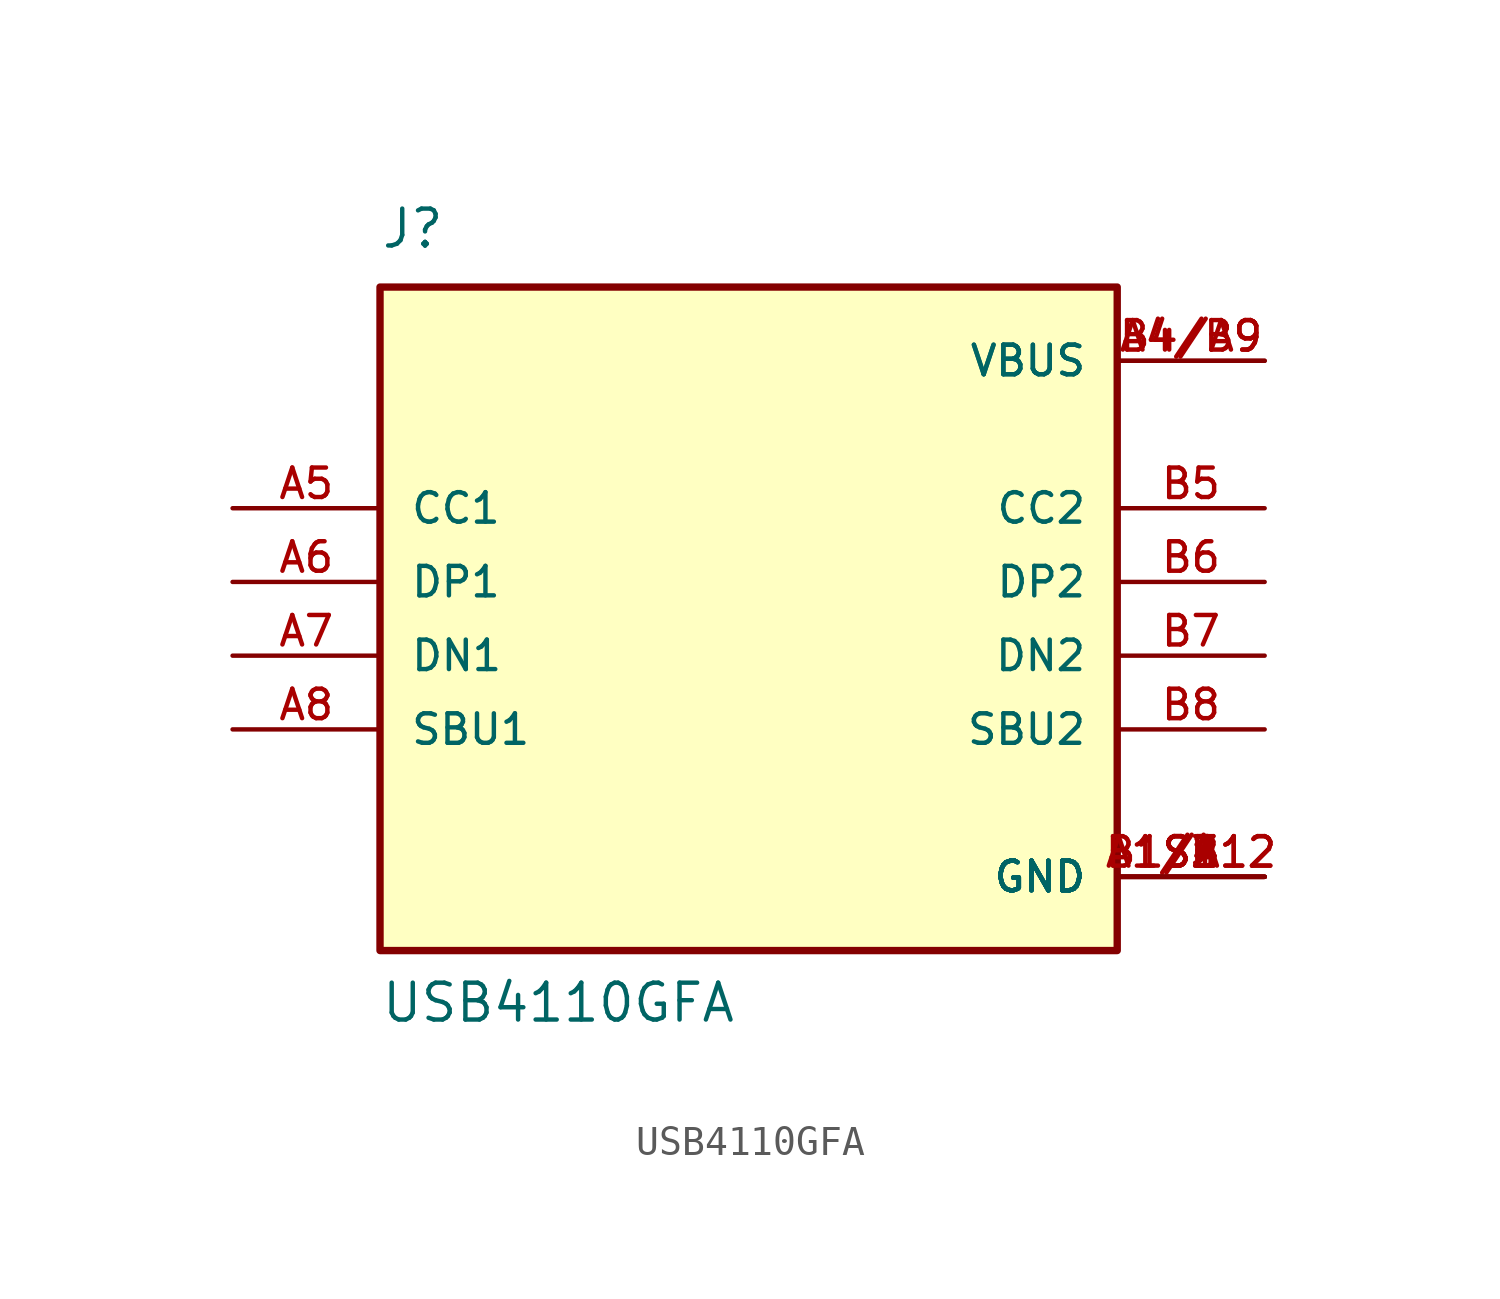
<source format=kicad_sym>
(kicad_symbol_lib
  (version 20211014)
  (generator kicad_symbol_editor)
  (symbol "USB4110GFA"
    (pin_names
      (offset 1.016))
    (property "Reference" "J"
      (at -12.7 11.43 0)
      (effects (font (size 1.27 1.27)) (justify bottom left)))
    (property "Value" "USB4110GFA"
      (at -12.7 -15.24 0)
      (effects (font (size 1.27 1.27)) (justify bottom left)))
    (symbol "USB4110GFA_0_0"
      (rectangle (start -12.7 -12.7) (end 12.7 10.16) (stroke (width 0.254)) (fill (type background)))
      (pin bidirectional line (at -17.78 2.54 0) (length 5.08) (name "CC1" (effects (font (size 1.016 1.016)))) (number "A5" (effects (font (size 1.016 1.016)))))
      (pin bidirectional line (at -17.78 0.0 0) (length 5.08) (name "DP1" (effects (font (size 1.016 1.016)))) (number "A6" (effects (font (size 1.016 1.016)))))
      (pin bidirectional line (at -17.78 -2.54 0) (length 5.08) (name "DN1" (effects (font (size 1.016 1.016)))) (number "A7" (effects (font (size 1.016 1.016)))))
      (pin bidirectional line (at -17.78 -5.08 0) (length 5.08) (name "SBU1" (effects (font (size 1.016 1.016)))) (number "A8" (effects (font (size 1.016 1.016)))))
      (pin power_in line (at 17.78 7.62 180.0) (length 5.08) (name "VBUS" (effects (font (size 1.016 1.016)))) (number "A4/B9" (effects (font (size 1.016 1.016)))))
      (pin power_in line (at 17.78 7.62 180.0) (length 5.08) (name "VBUS" (effects (font (size 1.016 1.016)))) (number "B4/A9" (effects (font (size 1.016 1.016)))))
      (pin bidirectional line (at 17.78 2.54 180.0) (length 5.08) (name "CC2" (effects (font (size 1.016 1.016)))) (number "B5" (effects (font (size 1.016 1.016)))))
      (pin bidirectional line (at 17.78 0.0 180.0) (length 5.08) (name "DP2" (effects (font (size 1.016 1.016)))) (number "B6" (effects (font (size 1.016 1.016)))))
      (pin bidirectional line (at 17.78 -2.54 180.0) (length 5.08) (name "DN2" (effects (font (size 1.016 1.016)))) (number "B7" (effects (font (size 1.016 1.016)))))
      (pin bidirectional line (at 17.78 -5.08 180.0) (length 5.08) (name "SBU2" (effects (font (size 1.016 1.016)))) (number "B8" (effects (font (size 1.016 1.016)))))
      (pin power_in line (at 17.78 -10.16 180.0) (length 5.08) (name "GND" (effects (font (size 1.016 1.016)))) (number "A1/B12" (effects (font (size 1.016 1.016)))))
      (pin power_in line (at 17.78 -10.16 180.0) (length 5.08) (name "GND" (effects (font (size 1.016 1.016)))) (number "B1/A12" (effects (font (size 1.016 1.016)))))
      (pin power_in line (at 17.78 -10.16 180.0) (length 5.08) (name "GND" (effects (font (size 1.016 1.016)))) (number "S1" (effects (font (size 1.016 1.016)))))
      (pin power_in line (at 17.78 -10.16 180.0) (length 5.08) (name "GND" (effects (font (size 1.016 1.016)))) (number "S2" (effects (font (size 1.016 1.016)))))
      (pin power_in line (at 17.78 -10.16 180.0) (length 5.08) (name "GND" (effects (font (size 1.016 1.016)))) (number "S3" (effects (font (size 1.016 1.016)))))
      (pin power_in line (at 17.78 -10.16 180.0) (length 5.08) (name "GND" (effects (font (size 1.016 1.016)))) (number "S4" (effects (font (size 1.016 1.016))))))))
</source>
